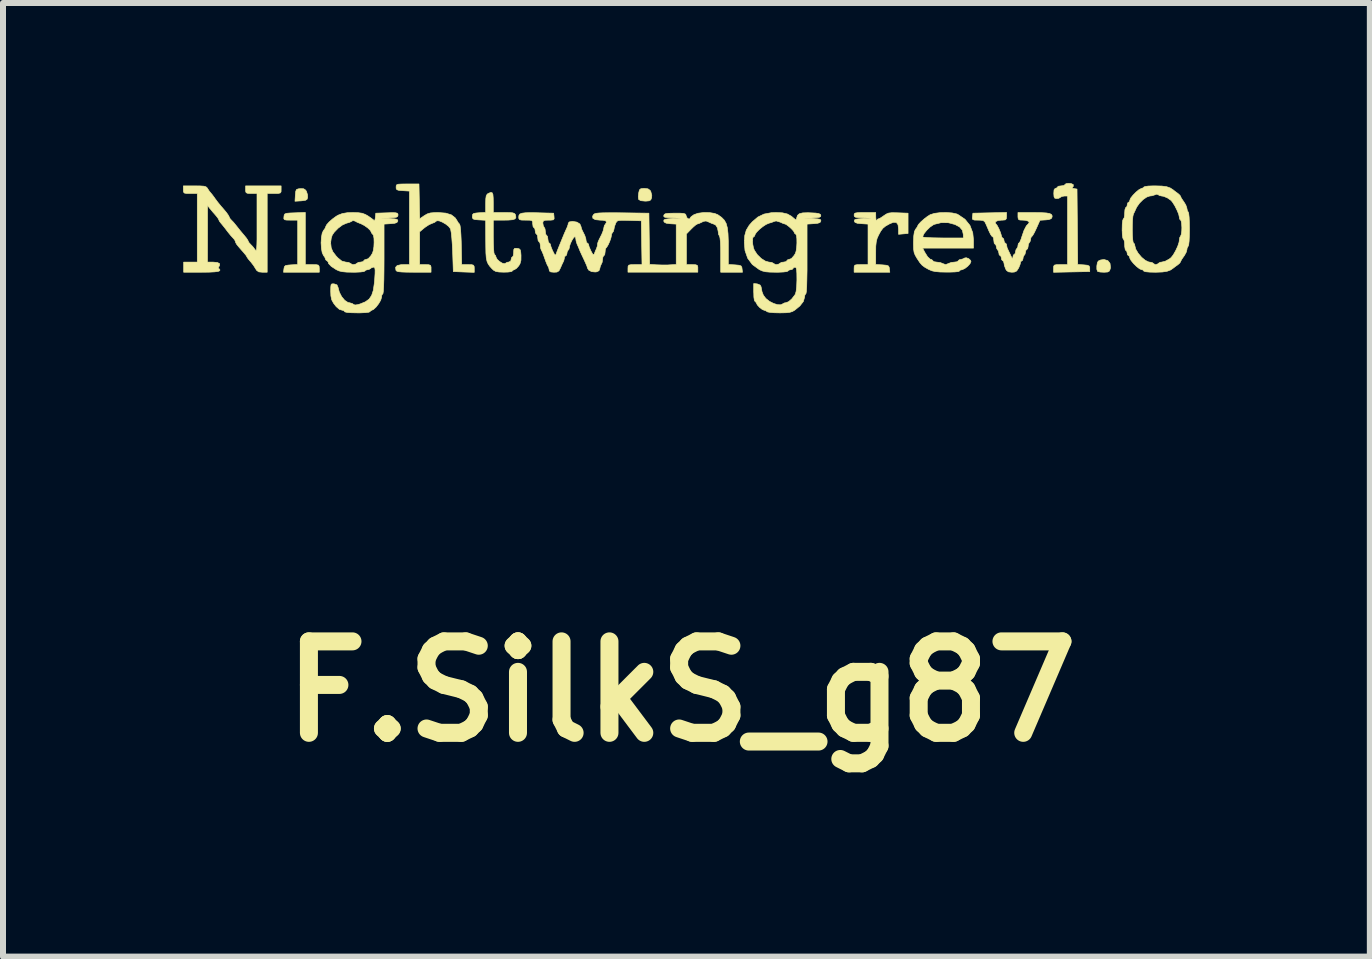
<source format=kicad_pcb>
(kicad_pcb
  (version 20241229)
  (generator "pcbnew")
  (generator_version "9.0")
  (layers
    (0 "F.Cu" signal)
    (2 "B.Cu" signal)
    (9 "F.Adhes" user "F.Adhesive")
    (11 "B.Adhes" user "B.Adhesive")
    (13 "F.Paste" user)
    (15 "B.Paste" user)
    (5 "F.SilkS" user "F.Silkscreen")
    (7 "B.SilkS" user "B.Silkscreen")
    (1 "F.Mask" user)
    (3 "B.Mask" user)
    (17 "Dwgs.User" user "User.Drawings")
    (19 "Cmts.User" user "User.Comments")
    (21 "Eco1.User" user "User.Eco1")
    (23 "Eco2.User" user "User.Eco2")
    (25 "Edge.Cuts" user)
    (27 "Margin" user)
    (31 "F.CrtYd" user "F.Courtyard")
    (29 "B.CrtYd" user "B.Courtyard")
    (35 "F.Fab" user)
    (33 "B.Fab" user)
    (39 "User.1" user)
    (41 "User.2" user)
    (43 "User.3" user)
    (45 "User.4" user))
  (footprint "F.SilkS_g87"
    (layer "F.Cu")
    (at 8.302 8.471)
    (property "Reference" "F.SilkS_g87" (at 0 0 0) (layer "F.SilkS") (effects (font (size 1.524 1.524) (thickness 0.3))))
    (attr through_hole)
    (fp_poly (pts (xy -6.293 -8.376) (xy -6.26 -8.354) (xy -6.246 -8.333) (xy -6.228 -8.275) (xy -6.226 -8.232) (xy -6.236 -8.2) (xy -6.262 -8.184) (xy -6.315 -8.176) (xy -6.335 -8.174) (xy -6.437 -8.168) (xy -6.431 -8.27) (xy -6.425 -8.331) (xy -6.413 -8.362) (xy -6.384 -8.374) (xy -6.349 -8.378) (xy -6.293 -8.376)) (stroke (width 0.01) (type solid)) (fill yes) (layer "F.SilkS"))
    (fp_poly (pts (xy 7.106 -7.179) (xy 7.143 -7.133) (xy 7.151 -7.064) (xy 7.146 -7.039) (xy 7.132 -7.005) (xy 7.104 -6.989) (xy 7.049 -6.985) (xy 7.041 -6.985) (xy 6.982 -6.988) (xy 6.942 -6.996) (xy 6.936 -6.999) (xy 6.923 -7.034) (xy 6.923 -7.089) (xy 6.932 -7.143) (xy 6.947 -7.171) (xy 6.985 -7.189) (xy 7.041 -7.197) (xy 7.043 -7.197) (xy 7.106 -7.179)) (stroke (width 0.01) (type solid)) (fill yes) (layer "F.SilkS"))
    (fp_poly (pts (xy -0.556 -8.375) (xy -0.521 -8.35) (xy -0.509 -8.331) (xy -0.492 -8.268) (xy -0.495 -8.225) (xy -0.509 -8.191) (xy -0.535 -8.175) (xy -0.588 -8.17) (xy -0.604 -8.17) (xy -0.675 -8.177) (xy -0.71 -8.197) (xy -0.712 -8.202) (xy -0.717 -8.244) (xy -0.711 -8.302) (xy -0.71 -8.308) (xy -0.698 -8.357) (xy -0.674 -8.377) (xy -0.625 -8.382) (xy -0.616 -8.382) (xy -0.556 -8.375)) (stroke (width 0.01) (type solid)) (fill yes) (layer "F.SilkS"))
    (fp_poly (pts (xy -6.265 -7.112) (xy -6.149 -7.112) (xy -6.082 -7.111) (xy -6.048 -7.104) (xy -6.035 -7.085) (xy -6.032 -7.049) (xy -6.032 -6.985) (xy -6.628 -6.985) (xy -6.621 -7.043) (xy -6.614 -7.077) (xy -6.595 -7.096) (xy -6.552 -7.104) (xy -6.503 -7.108) (xy -6.392 -7.114) (xy -6.392 -7.853) (xy -6.51 -7.853) (xy -6.577 -7.854) (xy -6.611 -7.86) (xy -6.623 -7.877) (xy -6.621 -7.91) (xy -6.621 -7.911) (xy -6.616 -7.94) (xy -6.604 -7.957) (xy -6.575 -7.967) (xy -6.521 -7.972) (xy -6.44 -7.975) (xy -6.265 -7.982) (xy -6.265 -7.112)) (stroke (width 0.01) (type solid)) (fill yes) (layer "F.SilkS"))
    (fp_poly (pts (xy 6.496 -8.462) (xy 6.528 -8.447) (xy 6.531 -8.443) (xy 6.53 -8.413) (xy 6.519 -8.403) (xy 6.51 -8.388) (xy 6.542 -8.379) (xy 6.542 -8.379) (xy 6.593 -8.371) (xy 6.605 -7.114) (xy 6.705 -7.108) (xy 6.766 -7.102) (xy 6.795 -7.089) (xy 6.805 -7.064) (xy 6.805 -7.048) (xy 6.805 -6.996) (xy 6.503 -6.99) (xy 6.202 -6.984) (xy 6.202 -7.048) (xy 6.204 -7.085) (xy 6.216 -7.104) (xy 6.25 -7.111) (xy 6.316 -7.112) (xy 6.435 -7.112) (xy 6.435 -8.255) (xy 6.383 -8.255) (xy 6.338 -8.247) (xy 6.318 -8.234) (xy 6.289 -8.217) (xy 6.256 -8.213) (xy 6.224 -8.218) (xy 6.21 -8.242) (xy 6.206 -8.297) (xy 6.206 -8.297) (xy 6.21 -8.357) (xy 6.228 -8.381) (xy 6.235 -8.382) (xy 6.262 -8.394) (xy 6.265 -8.403) (xy 6.284 -8.418) (xy 6.328 -8.424) (xy 6.329 -8.424) (xy 6.373 -8.43) (xy 6.392 -8.445) (xy 6.392 -8.445) (xy 6.41 -8.461) (xy 6.45 -8.466) (xy 6.496 -8.462)) (stroke (width 0.01) (type solid)) (fill yes) (layer "F.SilkS"))
    (fp_poly (pts (xy 3.24 -7.9) (xy 3.244 -7.857) (xy 3.25 -7.844) (xy 3.253 -7.848) (xy 3.275 -7.872) (xy 3.284 -7.874) (xy 3.313 -7.886) (xy 3.359 -7.916) (xy 3.375 -7.928) (xy 3.416 -7.955) (xy 3.455 -7.971) (xy 3.507 -7.977) (xy 3.585 -7.976) (xy 3.612 -7.975) (xy 3.778 -7.969) (xy 3.778 -7.631) (xy 3.699 -7.624) (xy 3.619 -7.617) (xy 3.619 -7.701) (xy 3.611 -7.776) (xy 3.583 -7.814) (xy 3.533 -7.817) (xy 3.469 -7.791) (xy 3.403 -7.754) (xy 3.359 -7.718) (xy 3.323 -7.67) (xy 3.286 -7.602) (xy 3.262 -7.548) (xy 3.248 -7.491) (xy 3.24 -7.418) (xy 3.239 -7.315) (xy 3.239 -7.312) (xy 3.239 -7.114) (xy 3.35 -7.108) (xy 3.415 -7.102) (xy 3.449 -7.091) (xy 3.463 -7.069) (xy 3.467 -7.043) (xy 3.474 -6.985) (xy 2.879 -6.985) (xy 2.879 -7.048) (xy 2.881 -7.085) (xy 2.893 -7.104) (xy 2.928 -7.111) (xy 2.993 -7.112) (xy 3.111 -7.112) (xy 3.111 -7.787) (xy 3.001 -7.794) (xy 2.931 -7.801) (xy 2.894 -7.816) (xy 2.883 -7.836) (xy 2.885 -7.856) (xy 2.907 -7.868) (xy 2.956 -7.875) (xy 3.02 -7.879) (xy 3.164 -7.887) (xy 3.022 -7.891) (xy 2.945 -7.895) (xy 2.902 -7.902) (xy 2.883 -7.915) (xy 2.879 -7.938) (xy 2.882 -7.958) (xy 2.898 -7.971) (xy 2.934 -7.977) (xy 2.998 -7.98) (xy 3.059 -7.98) (xy 3.239 -7.98) (xy 3.24 -7.9)) (stroke (width 0.01) (type solid)) (fill yes) (layer "F.SilkS"))
    (fp_poly (pts (xy -4.359 -7.876) (xy -4.283 -7.928) (xy -4.233 -7.957) (xy -4.18 -7.973) (xy -4.109 -7.979) (xy -4.052 -7.98) (xy -3.924 -7.97) (xy -3.831 -7.941) (xy -3.766 -7.89) (xy -3.742 -7.853) (xy -3.715 -7.808) (xy -3.694 -7.785) (xy -3.686 -7.759) (xy -3.678 -7.698) (xy -3.672 -7.608) (xy -3.667 -7.496) (xy -3.666 -7.441) (xy -3.659 -7.112) (xy -3.555 -7.112) (xy -3.492 -7.111) (xy -3.462 -7.102) (xy -3.451 -7.079) (xy -3.45 -7.048) (xy -3.45 -6.983) (xy -3.625 -6.989) (xy -3.799 -6.996) (xy -3.81 -7.324) (xy -3.816 -7.445) (xy -3.824 -7.554) (xy -3.833 -7.641) (xy -3.843 -7.697) (xy -3.847 -7.71) (xy -3.876 -7.748) (xy -3.925 -7.787) (xy -3.982 -7.82) (xy -4.035 -7.841) (xy -4.073 -7.843) (xy -4.082 -7.837) (xy -4.112 -7.815) (xy -4.151 -7.8) (xy -4.202 -7.778) (xy -4.262 -7.739) (xy -4.283 -7.723) (xy -4.36 -7.659) (xy -4.36 -7.112) (xy -4.265 -7.112) (xy -4.207 -7.11) (xy -4.179 -7.1) (xy -4.17 -7.072) (xy -4.17 -7.048) (xy -4.17 -6.985) (xy -4.456 -6.985) (xy -4.575 -6.986) (xy -4.658 -6.989) (xy -4.711 -6.994) (xy -4.741 -7.003) (xy -4.754 -7.016) (xy -4.755 -7.017) (xy -4.761 -7.067) (xy -4.734 -7.097) (xy -4.67 -7.111) (xy -4.636 -7.112) (xy -4.53 -7.112) (xy -4.53 -8.337) (xy -4.641 -8.344) (xy -4.706 -8.349) (xy -4.739 -8.36) (xy -4.751 -8.381) (xy -4.752 -8.403) (xy -4.75 -8.428) (xy -4.74 -8.444) (xy -4.714 -8.452) (xy -4.662 -8.455) (xy -4.578 -8.456) (xy -4.561 -8.456) (xy -4.371 -8.456) (xy -4.359 -7.876)) (stroke (width 0.01) (type solid)) (fill yes) (layer "F.SilkS"))
    (fp_poly (pts (xy -3.153 -8.311) (xy -3.139 -8.282) (xy -3.134 -8.221) (xy -3.133 -8.149) (xy -3.133 -7.98) (xy -2.954 -7.98) (xy -2.866 -7.979) (xy -2.811 -7.975) (xy -2.781 -7.965) (xy -2.766 -7.948) (xy -2.762 -7.938) (xy -2.756 -7.899) (xy -2.77 -7.874) (xy -2.81 -7.86) (xy -2.882 -7.854) (xy -2.954 -7.853) (xy -3.133 -7.853) (xy -3.133 -7.567) (xy -3.131 -7.459) (xy -3.127 -7.37) (xy -3.122 -7.309) (xy -3.114 -7.282) (xy -3.113 -7.281) (xy -3.095 -7.263) (xy -3.087 -7.235) (xy -3.068 -7.2) (xy -3.03 -7.165) (xy -2.985 -7.137) (xy -2.947 -7.127) (xy -2.931 -7.134) (xy -2.902 -7.151) (xy -2.877 -7.154) (xy -2.843 -7.17) (xy -2.836 -7.197) (xy -2.827 -7.231) (xy -2.815 -7.239) (xy -2.801 -7.258) (xy -2.794 -7.304) (xy -2.794 -7.314) (xy -2.791 -7.364) (xy -2.775 -7.384) (xy -2.738 -7.383) (xy -2.736 -7.383) (xy -2.702 -7.376) (xy -2.683 -7.357) (xy -2.675 -7.314) (xy -2.671 -7.265) (xy -2.672 -7.184) (xy -2.688 -7.126) (xy -2.71 -7.09) (xy -2.747 -7.049) (xy -2.781 -7.028) (xy -2.785 -7.027) (xy -2.812 -7.015) (xy -2.815 -7.006) (xy -2.835 -6.995) (xy -2.887 -6.988) (xy -2.958 -6.986) (xy -3.038 -6.989) (xy -3.09 -6.998) (xy -3.126 -7.017) (xy -3.154 -7.043) (xy -3.192 -7.085) (xy -3.219 -7.124) (xy -3.238 -7.168) (xy -3.25 -7.226) (xy -3.256 -7.304) (xy -3.258 -7.411) (xy -3.259 -7.518) (xy -3.26 -7.851) (xy -3.371 -7.857) (xy -3.436 -7.862) (xy -3.469 -7.873) (xy -3.481 -7.894) (xy -3.482 -7.916) (xy -3.478 -7.947) (xy -3.46 -7.964) (xy -3.417 -7.972) (xy -3.371 -7.976) (xy -3.26 -7.982) (xy -3.26 -8.128) (xy -3.258 -8.209) (xy -3.251 -8.257) (xy -3.235 -8.285) (xy -3.219 -8.297) (xy -3.178 -8.314) (xy -3.153 -8.311)) (stroke (width 0.01) (type solid)) (fill yes) (layer "F.SilkS"))
    (fp_poly (pts (xy 4.513 -7.973) (xy 4.59 -7.956) (xy 4.606 -7.949) (xy 4.726 -7.868) (xy 4.809 -7.766) (xy 4.856 -7.642) (xy 4.868 -7.524) (xy 4.868 -7.387) (xy 4.021 -7.387) (xy 4.056 -7.319) (xy 4.104 -7.242) (xy 4.148 -7.202) (xy 4.168 -7.197) (xy 4.19 -7.181) (xy 4.191 -7.176) (xy 4.209 -7.161) (xy 4.254 -7.154) (xy 4.255 -7.154) (xy 4.316 -7.146) (xy 4.361 -7.128) (xy 4.404 -7.112) (xy 4.445 -7.128) (xy 4.497 -7.148) (xy 4.551 -7.154) (xy 4.595 -7.16) (xy 4.614 -7.175) (xy 4.614 -7.176) (xy 4.632 -7.193) (xy 4.652 -7.197) (xy 4.698 -7.209) (xy 4.713 -7.22) (xy 4.746 -7.227) (xy 4.788 -7.212) (xy 4.819 -7.183) (xy 4.826 -7.163) (xy 4.81 -7.127) (xy 4.771 -7.084) (xy 4.723 -7.047) (xy 4.681 -7.028) (xy 4.675 -7.027) (xy 4.642 -7.018) (xy 4.636 -7.006) (xy 4.615 -6.996) (xy 4.558 -6.99) (xy 4.47 -6.987) (xy 4.419 -6.987) (xy 4.311 -6.989) (xy 4.235 -6.996) (xy 4.178 -7.008) (xy 4.13 -7.028) (xy 4.117 -7.034) (xy 4.054 -7.07) (xy 4.012 -7.102) (xy 3.976 -7.143) (xy 3.934 -7.206) (xy 3.926 -7.218) (xy 3.896 -7.27) (xy 3.878 -7.317) (xy 3.87 -7.374) (xy 3.868 -7.453) (xy 3.868 -7.49) (xy 3.872 -7.575) (xy 4.022 -7.575) (xy 4.042 -7.568) (xy 4.097 -7.563) (xy 4.18 -7.559) (xy 4.285 -7.557) (xy 4.36 -7.556) (xy 4.699 -7.556) (xy 4.698 -7.615) (xy 4.683 -7.685) (xy 4.636 -7.74) (xy 4.559 -7.781) (xy 4.446 -7.81) (xy 4.326 -7.811) (xy 4.216 -7.783) (xy 4.197 -7.774) (xy 4.142 -7.736) (xy 4.088 -7.683) (xy 4.044 -7.628) (xy 4.022 -7.582) (xy 4.022 -7.575) (xy 3.872 -7.575) (xy 3.873 -7.592) (xy 3.883 -7.66) (xy 3.901 -7.699) (xy 3.904 -7.703) (xy 3.93 -7.738) (xy 3.937 -7.755) (xy 3.953 -7.783) (xy 3.992 -7.825) (xy 4.046 -7.873) (xy 4.102 -7.916) (xy 4.147 -7.944) (xy 4.217 -7.966) (xy 4.312 -7.978) (xy 4.415 -7.98) (xy 4.513 -7.973)) (stroke (width 0.01) (type solid)) (fill yes) (layer "F.SilkS"))
    (fp_poly (pts (xy -8.015 -8.423) (xy -7.956 -8.419) (xy -7.921 -8.409) (xy -7.902 -8.393) (xy -7.896 -8.384) (xy -7.865 -8.336) (xy -7.847 -8.315) (xy -7.818 -8.28) (xy -7.779 -8.228) (xy -7.769 -8.213) (xy -7.726 -8.155) (xy -7.669 -8.085) (xy -7.626 -8.036) (xy -7.579 -7.98) (xy -7.547 -7.934) (xy -7.535 -7.911) (xy -7.521 -7.881) (xy -7.498 -7.855) (xy -7.461 -7.817) (xy -7.417 -7.763) (xy -7.404 -7.747) (xy -7.352 -7.681) (xy -7.294 -7.612) (xy -7.283 -7.599) (xy -7.244 -7.551) (xy -7.221 -7.515) (xy -7.218 -7.506) (xy -7.204 -7.479) (xy -7.18 -7.453) (xy -7.138 -7.409) (xy -7.106 -7.367) (xy -7.094 -7.352) (xy -7.085 -7.348) (xy -7.079 -7.36) (xy -7.075 -7.393) (xy -7.072 -7.449) (xy -7.07 -7.535) (xy -7.07 -7.654) (xy -7.07 -7.806) (xy -7.07 -8.297) (xy -7.165 -8.297) (xy -7.223 -8.299) (xy -7.251 -8.31) (xy -7.26 -8.337) (xy -7.26 -8.361) (xy -7.26 -8.424) (xy -6.668 -8.424) (xy -6.668 -8.361) (xy -6.669 -8.325) (xy -6.682 -8.306) (xy -6.716 -8.298) (xy -6.782 -8.297) (xy -6.9 -8.297) (xy -6.9 -6.985) (xy -6.981 -6.985) (xy -7.04 -6.991) (xy -7.075 -7.015) (xy -7.093 -7.043) (xy -7.128 -7.099) (xy -7.174 -7.158) (xy -7.181 -7.165) (xy -7.217 -7.208) (xy -7.237 -7.238) (xy -7.239 -7.242) (xy -7.252 -7.265) (xy -7.285 -7.305) (xy -7.297 -7.319) (xy -7.364 -7.395) (xy -7.406 -7.446) (xy -7.426 -7.48) (xy -7.429 -7.496) (xy -7.444 -7.527) (xy -7.468 -7.554) (xy -7.503 -7.592) (xy -7.548 -7.647) (xy -7.568 -7.673) (xy -7.613 -7.732) (xy -7.655 -7.784) (xy -7.668 -7.799) (xy -7.696 -7.835) (xy -7.705 -7.856) (xy -7.718 -7.882) (xy -7.749 -7.923) (xy -7.757 -7.932) (xy -7.806 -7.988) (xy -7.851 -8.043) (xy -7.852 -8.043) (xy -7.894 -8.096) (xy -7.894 -7.625) (xy -7.895 -7.154) (xy -7.801 -7.154) (xy -7.728 -7.147) (xy -7.692 -7.127) (xy -7.695 -7.093) (xy -7.704 -7.081) (xy -7.716 -7.055) (xy -7.702 -7.044) (xy -7.687 -7.023) (xy -7.692 -7.01) (xy -7.716 -6.999) (xy -7.776 -6.991) (xy -7.872 -6.986) (xy -7.999 -6.985) (xy -8.292 -6.985) (xy -8.292 -7.154) (xy -8.065 -7.154) (xy -8.065 -8.297) (xy -8.181 -8.297) (xy -8.247 -8.298) (xy -8.282 -8.305) (xy -8.295 -8.324) (xy -8.297 -8.36) (xy -8.297 -8.424) (xy -8.108 -8.424) (xy -8.015 -8.423)) (stroke (width 0.01) (type solid)) (fill yes) (layer "F.SilkS"))
    (fp_poly (pts (xy 5.419 -7.917) (xy 5.415 -7.876) (xy 5.397 -7.857) (xy 5.352 -7.853) (xy 5.335 -7.853) (xy 5.275 -7.846) (xy 5.238 -7.828) (xy 5.23 -7.805) (xy 5.241 -7.792) (xy 5.264 -7.762) (xy 5.292 -7.709) (xy 5.317 -7.649) (xy 5.332 -7.6) (xy 5.334 -7.588) (xy 5.346 -7.56) (xy 5.355 -7.556) (xy 5.372 -7.539) (xy 5.376 -7.514) (xy 5.385 -7.48) (xy 5.397 -7.472) (xy 5.416 -7.455) (xy 5.419 -7.44) (xy 5.428 -7.394) (xy 5.438 -7.371) (xy 5.459 -7.327) (xy 5.487 -7.268) (xy 5.49 -7.26) (xy 5.512 -7.217) (xy 5.522 -7.211) (xy 5.524 -7.234) (xy 5.532 -7.271) (xy 5.546 -7.281) (xy 5.563 -7.299) (xy 5.567 -7.322) (xy 5.577 -7.363) (xy 5.588 -7.377) (xy 5.606 -7.406) (xy 5.609 -7.431) (xy 5.616 -7.464) (xy 5.626 -7.472) (xy 5.641 -7.49) (xy 5.661 -7.537) (xy 5.672 -7.572) (xy 5.71 -7.683) (xy 5.749 -7.758) (xy 5.78 -7.79) (xy 5.797 -7.814) (xy 5.78 -7.836) (xy 5.734 -7.85) (xy 5.693 -7.853) (xy 5.639 -7.855) (xy 5.615 -7.869) (xy 5.609 -7.904) (xy 5.609 -7.916) (xy 5.609 -7.98) (xy 5.868 -7.98) (xy 5.993 -7.978) (xy 6.081 -7.973) (xy 6.138 -7.963) (xy 6.168 -7.947) (xy 6.179 -7.924) (xy 6.177 -7.903) (xy 6.162 -7.877) (xy 6.122 -7.862) (xy 6.073 -7.857) (xy 5.976 -7.851) (xy 5.915 -7.714) (xy 5.883 -7.647) (xy 5.855 -7.598) (xy 5.838 -7.578) (xy 5.837 -7.578) (xy 5.824 -7.56) (xy 5.821 -7.537) (xy 5.811 -7.496) (xy 5.8 -7.482) (xy 5.783 -7.453) (xy 5.779 -7.418) (xy 5.771 -7.378) (xy 5.757 -7.366) (xy 5.74 -7.348) (xy 5.736 -7.325) (xy 5.726 -7.284) (xy 5.715 -7.271) (xy 5.697 -7.241) (xy 5.694 -7.217) (xy 5.685 -7.183) (xy 5.673 -7.176) (xy 5.653 -7.159) (xy 5.652 -7.147) (xy 5.643 -7.11) (xy 5.621 -7.057) (xy 5.618 -7.052) (xy 5.588 -7.006) (xy 5.549 -6.988) (xy 5.507 -6.985) (xy 5.45 -6.992) (xy 5.417 -7.017) (xy 5.403 -7.042) (xy 5.383 -7.097) (xy 5.376 -7.137) (xy 5.367 -7.169) (xy 5.355 -7.176) (xy 5.338 -7.193) (xy 5.334 -7.218) (xy 5.325 -7.252) (xy 5.313 -7.26) (xy 5.295 -7.278) (xy 5.292 -7.301) (xy 5.282 -7.342) (xy 5.271 -7.355) (xy 5.253 -7.385) (xy 5.249 -7.41) (xy 5.24 -7.443) (xy 5.228 -7.451) (xy 5.213 -7.469) (xy 5.207 -7.513) (xy 5.207 -7.514) (xy 5.201 -7.559) (xy 5.187 -7.578) (xy 5.187 -7.578) (xy 5.172 -7.587) (xy 5.152 -7.617) (xy 5.124 -7.675) (xy 5.085 -7.766) (xy 5.077 -7.784) (xy 5.056 -7.826) (xy 5.029 -7.846) (xy 4.982 -7.852) (xy 4.946 -7.853) (xy 4.885 -7.854) (xy 4.856 -7.863) (xy 4.849 -7.885) (xy 4.851 -7.911) (xy 4.858 -7.969) (xy 5.138 -7.975) (xy 5.419 -7.981) (xy 5.419 -7.917)) (stroke (width 0.01) (type solid)) (fill yes) (layer "F.SilkS"))
    (fp_poly (pts (xy 8.007 -8.421) (xy 8.087 -8.41) (xy 8.147 -8.389) (xy 8.199 -8.355) (xy 8.204 -8.35) (xy 8.24 -8.322) (xy 8.274 -8.298) (xy 8.307 -8.268) (xy 8.319 -8.249) (xy 8.33 -8.222) (xy 8.36 -8.177) (xy 8.371 -8.162) (xy 8.405 -8.107) (xy 8.423 -8.057) (xy 8.424 -8.048) (xy 8.433 -8.006) (xy 8.445 -7.99) (xy 8.454 -7.965) (xy 8.461 -7.903) (xy 8.465 -7.814) (xy 8.467 -7.705) (xy 8.465 -7.593) (xy 8.461 -7.504) (xy 8.454 -7.444) (xy 8.445 -7.419) (xy 8.428 -7.389) (xy 8.424 -7.361) (xy 8.412 -7.317) (xy 8.381 -7.261) (xy 8.371 -7.248) (xy 8.338 -7.2) (xy 8.32 -7.166) (xy 8.319 -7.16) (xy 8.303 -7.136) (xy 8.274 -7.111) (xy 8.229 -7.079) (xy 8.204 -7.059) (xy 8.153 -7.023) (xy 8.094 -7.001) (xy 8.016 -6.989) (xy 7.909 -6.985) (xy 7.895 -6.985) (xy 7.804 -6.987) (xy 7.739 -6.993) (xy 7.707 -7.003) (xy 7.705 -7.006) (xy 7.687 -7.025) (xy 7.67 -7.027) (xy 7.634 -7.043) (xy 7.585 -7.081) (xy 7.534 -7.131) (xy 7.493 -7.182) (xy 7.472 -7.221) (xy 7.472 -7.226) (xy 7.461 -7.256) (xy 7.451 -7.26) (xy 7.433 -7.278) (xy 7.429 -7.303) (xy 7.421 -7.337) (xy 7.408 -7.345) (xy 7.396 -7.364) (xy 7.388 -7.412) (xy 7.387 -7.44) (xy 7.383 -7.497) (xy 7.372 -7.531) (xy 7.366 -7.535) (xy 7.356 -7.555) (xy 7.348 -7.609) (xy 7.345 -7.685) (xy 7.514 -7.685) (xy 7.516 -7.602) (xy 7.521 -7.531) (xy 7.528 -7.485) (xy 7.535 -7.472) (xy 7.552 -7.454) (xy 7.556 -7.429) (xy 7.572 -7.369) (xy 7.613 -7.3) (xy 7.669 -7.234) (xy 7.731 -7.183) (xy 7.788 -7.156) (xy 7.803 -7.154) (xy 7.846 -7.146) (xy 7.863 -7.133) (xy 7.894 -7.113) (xy 7.906 -7.112) (xy 7.941 -7.125) (xy 7.948 -7.133) (xy 7.978 -7.151) (xy 8.003 -7.154) (xy 8.062 -7.168) (xy 8.129 -7.204) (xy 8.161 -7.229) (xy 8.197 -7.275) (xy 8.236 -7.343) (xy 8.271 -7.418) (xy 8.293 -7.485) (xy 8.297 -7.514) (xy 8.304 -7.562) (xy 8.319 -7.588) (xy 8.33 -7.615) (xy 8.338 -7.671) (xy 8.34 -7.727) (xy 8.336 -7.794) (xy 8.328 -7.84) (xy 8.319 -7.853) (xy 8.303 -7.871) (xy 8.297 -7.905) (xy 8.287 -7.952) (xy 8.259 -8.019) (xy 8.223 -8.091) (xy 8.185 -8.151) (xy 8.161 -8.181) (xy 8.099 -8.224) (xy 8.033 -8.251) (xy 8.003 -8.255) (xy 7.962 -8.265) (xy 7.948 -8.276) (xy 7.92 -8.286) (xy 7.895 -8.276) (xy 7.841 -8.259) (xy 7.805 -8.255) (xy 7.755 -8.238) (xy 7.694 -8.196) (xy 7.635 -8.137) (xy 7.589 -8.072) (xy 7.58 -8.054) (xy 7.554 -7.997) (xy 7.533 -7.954) (xy 7.524 -7.917) (xy 7.518 -7.853) (xy 7.515 -7.773) (xy 7.514 -7.685) (xy 7.345 -7.685) (xy 7.345 -7.69) (xy 7.345 -7.705) (xy 7.347 -7.789) (xy 7.354 -7.847) (xy 7.364 -7.873) (xy 7.366 -7.874) (xy 7.379 -7.893) (xy 7.386 -7.941) (xy 7.387 -7.969) (xy 7.391 -8.026) (xy 7.402 -8.06) (xy 7.408 -8.065) (xy 7.426 -8.082) (xy 7.429 -8.107) (xy 7.438 -8.141) (xy 7.451 -8.149) (xy 7.469 -8.166) (xy 7.472 -8.183) (xy 7.487 -8.22) (xy 7.526 -8.269) (xy 7.576 -8.32) (xy 7.626 -8.361) (xy 7.665 -8.381) (xy 7.67 -8.382) (xy 7.7 -8.393) (xy 7.705 -8.403) (xy 7.725 -8.413) (xy 7.78 -8.421) (xy 7.864 -8.424) (xy 7.895 -8.424) (xy 8.007 -8.421)) (stroke (width 0.01) (type solid)) (fill yes) (layer "F.SilkS"))
    (fp_poly (pts (xy 1.685 -7.975) (xy 1.766 -7.956) (xy 1.833 -7.919) (xy 1.884 -7.876) (xy 1.909 -7.857) (xy 1.92 -7.876) (xy 1.922 -7.89) (xy 1.936 -7.933) (xy 1.967 -7.96) (xy 2.022 -7.974) (xy 2.11 -7.977) (xy 2.151 -7.975) (xy 2.237 -7.971) (xy 2.289 -7.963) (xy 2.316 -7.95) (xy 2.324 -7.933) (xy 2.322 -7.914) (xy 2.3 -7.901) (xy 2.251 -7.894) (xy 2.187 -7.89) (xy 2.043 -7.882) (xy 2.187 -7.878) (xy 2.264 -7.875) (xy 2.307 -7.868) (xy 2.324 -7.855) (xy 2.324 -7.837) (xy 2.31 -7.813) (xy 2.27 -7.8) (xy 2.206 -7.794) (xy 2.095 -7.787) (xy 2.095 -7.206) (xy 2.095 -7.017) (xy 2.092 -6.863) (xy 2.089 -6.746) (xy 2.084 -6.668) (xy 2.077 -6.629) (xy 2.074 -6.625) (xy 2.059 -6.607) (xy 2.053 -6.567) (xy 2.033 -6.497) (xy 1.975 -6.423) (xy 1.891 -6.354) (xy 1.852 -6.331) (xy 1.807 -6.317) (xy 1.746 -6.31) (xy 1.656 -6.308) (xy 1.633 -6.308) (xy 1.547 -6.31) (xy 1.478 -6.316) (xy 1.436 -6.324) (xy 1.429 -6.329) (xy 1.398 -6.348) (xy 1.384 -6.35) (xy 1.348 -6.365) (xy 1.304 -6.399) (xy 1.266 -6.441) (xy 1.249 -6.475) (xy 1.249 -6.476) (xy 1.233 -6.497) (xy 1.228 -6.498) (xy 1.217 -6.518) (xy 1.209 -6.57) (xy 1.207 -6.647) (xy 1.206 -6.648) (xy 1.206 -6.797) (xy 1.265 -6.791) (xy 1.314 -6.771) (xy 1.329 -6.742) (xy 1.345 -6.659) (xy 1.367 -6.603) (xy 1.403 -6.555) (xy 1.413 -6.544) (xy 1.47 -6.499) (xy 1.538 -6.465) (xy 1.605 -6.444) (xy 1.657 -6.443) (xy 1.677 -6.452) (xy 1.719 -6.474) (xy 1.741 -6.477) (xy 1.787 -6.494) (xy 1.84 -6.54) (xy 1.89 -6.604) (xy 1.9 -6.621) (xy 1.913 -6.667) (xy 1.922 -6.747) (xy 1.926 -6.853) (xy 1.926 -6.868) (xy 1.925 -6.964) (xy 1.921 -7.025) (xy 1.913 -7.058) (xy 1.899 -7.069) (xy 1.894 -7.07) (xy 1.866 -7.058) (xy 1.863 -7.048) (xy 1.845 -7.031) (xy 1.82 -7.027) (xy 1.786 -7.018) (xy 1.778 -7.006) (xy 1.758 -6.996) (xy 1.702 -6.989) (xy 1.617 -6.985) (xy 1.578 -6.985) (xy 1.474 -6.987) (xy 1.402 -6.993) (xy 1.347 -7.007) (xy 1.299 -7.029) (xy 1.298 -7.03) (xy 1.184 -7.113) (xy 1.106 -7.218) (xy 1.061 -7.347) (xy 1.05 -7.482) (xy 1.052 -7.513) (xy 1.186 -7.513) (xy 1.19 -7.453) (xy 1.202 -7.391) (xy 1.217 -7.352) (xy 1.266 -7.278) (xy 1.331 -7.214) (xy 1.401 -7.17) (xy 1.459 -7.154) (xy 1.508 -7.148) (xy 1.535 -7.133) (xy 1.565 -7.115) (xy 1.587 -7.112) (xy 1.627 -7.122) (xy 1.64 -7.133) (xy 1.67 -7.15) (xy 1.705 -7.154) (xy 1.744 -7.162) (xy 1.757 -7.176) (xy 1.774 -7.194) (xy 1.79 -7.197) (xy 1.834 -7.213) (xy 1.879 -7.264) (xy 1.9 -7.298) (xy 1.913 -7.339) (xy 1.922 -7.402) (xy 1.926 -7.473) (xy 1.925 -7.542) (xy 1.919 -7.594) (xy 1.908 -7.619) (xy 1.905 -7.62) (xy 1.885 -7.636) (xy 1.884 -7.644) (xy 1.869 -7.672) (xy 1.832 -7.712) (xy 1.786 -7.752) (xy 1.745 -7.782) (xy 1.725 -7.789) (xy 1.693 -7.799) (xy 1.645 -7.821) (xy 1.644 -7.821) (xy 1.58 -7.84) (xy 1.549 -7.832) (xy 1.5 -7.813) (xy 1.46 -7.802) (xy 1.413 -7.782) (xy 1.355 -7.744) (xy 1.298 -7.697) (xy 1.252 -7.65) (xy 1.229 -7.614) (xy 1.228 -7.608) (xy 1.216 -7.581) (xy 1.206 -7.578) (xy 1.191 -7.559) (xy 1.186 -7.513) (xy 1.052 -7.513) (xy 1.057 -7.597) (xy 1.082 -7.686) (xy 1.131 -7.767) (xy 1.183 -7.826) (xy 1.276 -7.905) (xy 1.377 -7.954) (xy 1.499 -7.977) (xy 1.577 -7.98) (xy 1.685 -7.975)) (stroke (width 0.01) (type solid)) (fill yes) (layer "F.SilkS"))
    (fp_poly (pts (xy -5.382 -7.977) (xy -5.318 -7.968) (xy -5.265 -7.948) (xy -5.222 -7.924) (xy -5.168 -7.887) (xy -5.128 -7.856) (xy -5.119 -7.846) (xy -5.108 -7.849) (xy -5.099 -7.885) (xy -5.098 -7.897) (xy -5.091 -7.969) (xy -4.905 -7.975) (xy -4.816 -7.978) (xy -4.762 -7.976) (xy -4.733 -7.969) (xy -4.722 -7.956) (xy -4.72 -7.939) (xy -4.725 -7.916) (xy -4.745 -7.903) (xy -4.79 -7.895) (xy -4.863 -7.89) (xy -5.006 -7.882) (xy -4.861 -7.878) (xy -4.785 -7.875) (xy -4.742 -7.868) (xy -4.725 -7.855) (xy -4.724 -7.837) (xy -4.739 -7.813) (xy -4.778 -7.8) (xy -4.842 -7.794) (xy -4.953 -7.787) (xy -4.953 -7.206) (xy -4.954 -7.017) (xy -4.956 -6.863) (xy -4.96 -6.746) (xy -4.965 -6.668) (xy -4.971 -6.629) (xy -4.974 -6.625) (xy -4.989 -6.607) (xy -4.995 -6.566) (xy -5.009 -6.519) (xy -5.042 -6.462) (xy -5.085 -6.406) (xy -5.129 -6.365) (xy -5.162 -6.35) (xy -5.185 -6.335) (xy -5.186 -6.329) (xy -5.206 -6.319) (xy -5.262 -6.312) (xy -5.349 -6.308) (xy -5.397 -6.308) (xy -5.496 -6.31) (xy -5.567 -6.315) (xy -5.605 -6.324) (xy -5.609 -6.329) (xy -5.627 -6.347) (xy -5.646 -6.351) (xy -5.697 -6.366) (xy -5.751 -6.413) (xy -5.795 -6.47) (xy -5.825 -6.525) (xy -5.839 -6.592) (xy -5.842 -6.667) (xy -5.841 -6.738) (xy -5.836 -6.777) (xy -5.822 -6.791) (xy -5.794 -6.792) (xy -5.784 -6.791) (xy -5.738 -6.775) (xy -5.72 -6.735) (xy -5.719 -6.731) (xy -5.698 -6.653) (xy -5.659 -6.578) (xy -5.608 -6.517) (xy -5.555 -6.482) (xy -5.53 -6.477) (xy -5.483 -6.464) (xy -5.466 -6.452) (xy -5.438 -6.439) (xy -5.391 -6.445) (xy -5.351 -6.457) (xy -5.265 -6.492) (xy -5.202 -6.537) (xy -5.16 -6.599) (xy -5.132 -6.684) (xy -5.115 -6.802) (xy -5.109 -6.866) (xy -5.103 -6.961) (xy -5.102 -7.021) (xy -5.107 -7.054) (xy -5.118 -7.068) (xy -5.129 -7.07) (xy -5.166 -7.058) (xy -5.175 -7.048) (xy -5.205 -7.031) (xy -5.229 -7.027) (xy -5.263 -7.018) (xy -5.271 -7.006) (xy -5.291 -6.996) (xy -5.346 -6.989) (xy -5.431 -6.985) (xy -5.471 -6.985) (xy -5.575 -6.987) (xy -5.648 -6.994) (xy -5.703 -7.007) (xy -5.749 -7.028) (xy -5.833 -7.083) (xy -5.878 -7.13) (xy -5.884 -7.153) (xy -5.9 -7.175) (xy -5.905 -7.176) (xy -5.925 -7.192) (xy -5.927 -7.2) (xy -5.94 -7.234) (xy -5.962 -7.264) (xy -5.984 -7.312) (xy -5.997 -7.387) (xy -6.002 -7.472) (xy -5.842 -7.472) (xy -5.834 -7.395) (xy -5.807 -7.328) (xy -5.753 -7.257) (xy -5.722 -7.224) (xy -5.657 -7.171) (xy -5.592 -7.154) (xy -5.591 -7.154) (xy -5.542 -7.148) (xy -5.514 -7.133) (xy -5.484 -7.115) (xy -5.461 -7.112) (xy -5.421 -7.122) (xy -5.408 -7.133) (xy -5.379 -7.15) (xy -5.343 -7.154) (xy -5.304 -7.162) (xy -5.292 -7.176) (xy -5.274 -7.194) (xy -5.258 -7.197) (xy -5.216 -7.211) (xy -5.173 -7.259) (xy -5.147 -7.301) (xy -5.132 -7.347) (xy -5.122 -7.412) (xy -5.119 -7.485) (xy -5.121 -7.552) (xy -5.13 -7.6) (xy -5.141 -7.616) (xy -5.163 -7.641) (xy -5.165 -7.651) (xy -5.182 -7.682) (xy -5.224 -7.723) (xy -5.28 -7.763) (xy -5.338 -7.793) (xy -5.355 -7.799) (xy -5.406 -7.82) (xy -5.435 -7.837) (xy -5.472 -7.846) (xy -5.487 -7.837) (xy -5.526 -7.817) (xy -5.582 -7.801) (xy -5.647 -7.772) (xy -5.718 -7.719) (xy -5.783 -7.652) (xy -5.816 -7.604) (xy -5.833 -7.552) (xy -5.842 -7.484) (xy -5.842 -7.472) (xy -6.002 -7.472) (xy -6.002 -7.475) (xy -5.997 -7.562) (xy -5.984 -7.635) (xy -5.964 -7.678) (xy -5.936 -7.716) (xy -5.927 -7.74) (xy -5.91 -7.775) (xy -5.869 -7.822) (xy -5.811 -7.873) (xy -5.748 -7.919) (xy -5.716 -7.937) (xy -5.648 -7.963) (xy -5.565 -7.977) (xy -5.472 -7.98) (xy -5.382 -7.977)) (stroke (width 0.01) (type solid)) (fill yes) (layer "F.SilkS"))
    (fp_poly (pts (xy 0.468 -7.979) (xy 0.555 -7.965) (xy 0.609 -7.943) (xy 0.671 -7.899) (xy 0.716 -7.853) (xy 0.747 -7.798) (xy 0.767 -7.725) (xy 0.778 -7.629) (xy 0.783 -7.502) (xy 0.783 -7.417) (xy 0.783 -7.114) (xy 0.894 -7.108) (xy 0.959 -7.102) (xy 0.994 -7.091) (xy 1.008 -7.069) (xy 1.012 -7.043) (xy 1.019 -6.985) (xy 0.656 -6.985) (xy 0.656 -7.28) (xy 0.655 -7.398) (xy 0.651 -7.492) (xy 0.644 -7.558) (xy 0.636 -7.587) (xy 0.635 -7.588) (xy 0.62 -7.617) (xy 0.614 -7.665) (xy 0.602 -7.724) (xy 0.573 -7.771) (xy 0.536 -7.789) (xy 0.506 -7.799) (xy 0.46 -7.82) (xy 0.412 -7.839) (xy 0.371 -7.833) (xy 0.344 -7.82) (xy 0.297 -7.798) (xy 0.267 -7.789) (xy 0.242 -7.775) (xy 0.2 -7.739) (xy 0.166 -7.706) (xy 0.085 -7.623) (xy 0.085 -7.112) (xy 0.18 -7.112) (xy 0.238 -7.11) (xy 0.266 -7.1) (xy 0.275 -7.073) (xy 0.275 -7.049) (xy 0.275 -6.986) (xy -0.889 -6.986) (xy -0.889 -7.049) (xy -0.887 -7.085) (xy -0.874 -7.104) (xy -0.84 -7.111) (xy -0.774 -7.112) (xy -0.655 -7.112) (xy -0.661 -7.477) (xy -0.667 -7.842) (xy -0.868 -7.848) (xy -0.961 -7.85) (xy -1.021 -7.849) (xy -1.057 -7.843) (xy -1.077 -7.829) (xy -1.091 -7.806) (xy -1.095 -7.796) (xy -1.115 -7.742) (xy -1.122 -7.702) (xy -1.133 -7.663) (xy -1.143 -7.652) (xy -1.161 -7.622) (xy -1.164 -7.598) (xy -1.173 -7.556) (xy -1.193 -7.498) (xy -1.219 -7.441) (xy -1.244 -7.4) (xy -1.254 -7.391) (xy -1.266 -7.367) (xy -1.27 -7.322) (xy -1.276 -7.278) (xy -1.291 -7.26) (xy -1.306 -7.242) (xy -1.312 -7.201) (xy -1.319 -7.15) (xy -1.332 -7.122) (xy -1.349 -7.086) (xy -1.358 -7.048) (xy -1.372 -7.01) (xy -1.41 -6.992) (xy -1.434 -6.989) (xy -1.495 -6.995) (xy -1.544 -7.021) (xy -1.566 -7.058) (xy -1.566 -7.063) (xy -1.574 -7.09) (xy -1.597 -7.142) (xy -1.622 -7.197) (xy -1.656 -7.269) (xy -1.686 -7.334) (xy -1.699 -7.366) (xy -1.722 -7.421) (xy -1.738 -7.456) (xy -1.754 -7.509) (xy -1.757 -7.535) (xy -1.763 -7.57) (xy -1.773 -7.578) (xy -1.795 -7.56) (xy -1.822 -7.517) (xy -1.847 -7.465) (xy -1.862 -7.419) (xy -1.863 -7.408) (xy -1.873 -7.368) (xy -1.884 -7.355) (xy -1.902 -7.326) (xy -1.905 -7.301) (xy -1.914 -7.268) (xy -1.926 -7.26) (xy -1.945 -7.243) (xy -1.947 -7.228) (xy -1.957 -7.182) (xy -1.967 -7.159) (xy -1.989 -7.114) (xy -2.014 -7.056) (xy -2.015 -7.054) (xy -2.039 -7.008) (xy -2.072 -6.988) (xy -2.122 -6.985) (xy -2.176 -6.99) (xy -2.199 -7.007) (xy -2.201 -7.023) (xy -2.211 -7.067) (xy -2.22 -7.081) (xy -2.236 -7.111) (xy -2.259 -7.168) (xy -2.277 -7.218) (xy -2.301 -7.285) (xy -2.322 -7.335) (xy -2.333 -7.354) (xy -2.345 -7.389) (xy -2.349 -7.434) (xy -2.356 -7.476) (xy -2.371 -7.493) (xy -2.386 -7.511) (xy -2.392 -7.556) (xy -2.392 -7.556) (xy -2.398 -7.601) (xy -2.413 -7.62) (xy -2.413 -7.62) (xy -2.429 -7.638) (xy -2.434 -7.673) (xy -2.441 -7.713) (xy -2.455 -7.726) (xy -2.47 -7.744) (xy -2.476 -7.789) (xy -2.477 -7.789) (xy -2.478 -7.826) (xy -2.491 -7.845) (xy -2.525 -7.852) (xy -2.591 -7.853) (xy -2.593 -7.853) (xy -2.66 -7.854) (xy -2.694 -7.861) (xy -2.707 -7.879) (xy -2.709 -7.905) (xy -2.705 -7.935) (xy -2.689 -7.956) (xy -2.654 -7.969) (xy -2.595 -7.976) (xy -2.507 -7.978) (xy -2.382 -7.976) (xy -2.371 -7.975) (xy -2.127 -7.969) (xy -2.121 -7.911) (xy -2.119 -7.875) (xy -2.133 -7.858) (xy -2.173 -7.853) (xy -2.211 -7.853) (xy -2.27 -7.851) (xy -2.298 -7.84) (xy -2.307 -7.815) (xy -2.307 -7.801) (xy -2.299 -7.756) (xy -2.286 -7.736) (xy -2.271 -7.708) (xy -2.265 -7.661) (xy -2.259 -7.617) (xy -2.244 -7.599) (xy -2.229 -7.58) (xy -2.223 -7.536) (xy -2.223 -7.535) (xy -2.216 -7.491) (xy -2.202 -7.472) (xy -2.201 -7.472) (xy -2.182 -7.455) (xy -2.18 -7.444) (xy -2.171 -7.409) (xy -2.149 -7.354) (xy -2.139 -7.333) (xy -2.114 -7.284) (xy -2.098 -7.27) (xy -2.087 -7.285) (xy -2.085 -7.292) (xy -2.075 -7.32) (xy -2.063 -7.352) (xy -2.045 -7.397) (xy -2.018 -7.463) (xy -1.98 -7.556) (xy -1.949 -7.631) (xy -1.921 -7.694) (xy -1.904 -7.731) (xy -1.887 -7.778) (xy -1.884 -7.8) (xy -1.868 -7.823) (xy -1.819 -7.832) (xy -1.808 -7.832) (xy -1.739 -7.82) (xy -1.69 -7.789) (xy -1.672 -7.748) (xy -1.663 -7.712) (xy -1.651 -7.683) (xy -1.623 -7.627) (xy -1.609 -7.599) (xy -1.591 -7.545) (xy -1.587 -7.514) (xy -1.579 -7.48) (xy -1.566 -7.472) (xy -1.547 -7.455) (xy -1.545 -7.445) (xy -1.536 -7.41) (xy -1.513 -7.356) (xy -1.503 -7.335) (xy -1.477 -7.288) (xy -1.461 -7.274) (xy -1.45 -7.291) (xy -1.449 -7.294) (xy -1.428 -7.349) (xy -1.417 -7.371) (xy -1.4 -7.419) (xy -1.397 -7.44) (xy -1.395 -7.462) (xy -1.388 -7.488) (xy -1.37 -7.529) (xy -1.337 -7.595) (xy -1.326 -7.616) (xy -1.303 -7.674) (xy -1.291 -7.722) (xy -1.291 -7.726) (xy -1.281 -7.766) (xy -1.27 -7.779) (xy -1.251 -7.809) (xy -1.249 -7.822) (xy -1.261 -7.842) (xy -1.304 -7.851) (xy -1.355 -7.853) (xy -1.433 -7.861) (xy -1.474 -7.884) (xy -1.478 -7.92) (xy -1.46 -7.949) (xy -1.445 -7.959) (xy -1.418 -7.967) (xy -1.372 -7.972) (xy -1.303 -7.975) (xy -1.204 -7.976) (xy -1.072 -7.976) (xy -0.987 -7.975) (xy -0.54 -7.969) (xy -0.528 -7.116) (xy -0.418 -7.109) (xy -0.325 -7.106) (xy -0.226 -7.106) (xy -0.196 -7.108) (xy -0.085 -7.114) (xy -0.085 -7.787) (xy -0.185 -7.793) (xy -0.252 -7.802) (xy -0.285 -7.82) (xy -0.292 -7.836) (xy -0.29 -7.856) (xy -0.268 -7.868) (xy -0.219 -7.875) (xy -0.155 -7.879) (xy -0.011 -7.887) (xy -0.155 -7.891) (xy -0.232 -7.895) (xy -0.275 -7.901) (xy -0.292 -7.914) (xy -0.292 -7.932) (xy -0.283 -7.95) (xy -0.259 -7.962) (xy -0.212 -7.967) (xy -0.132 -7.969) (xy -0.106 -7.969) (xy -0.018 -7.969) (xy 0.036 -7.965) (xy 0.064 -7.956) (xy 0.077 -7.94) (xy 0.081 -7.922) (xy 0.096 -7.89) (xy 0.122 -7.873) (xy 0.144 -7.876) (xy 0.148 -7.891) (xy 0.165 -7.912) (xy 0.205 -7.94) (xy 0.21 -7.944) (xy 0.279 -7.968) (xy 0.37 -7.98) (xy 0.468 -7.979)) (stroke (width 0.01) (type solid)) (fill yes) (layer "F.SilkS")))
  (gr_rect
    (start -3 -3)
    (end 19.774 12.889)
    (stroke (width 0.1) (type default))
    (fill no)
    (layer "Edge.Cuts")))
</source>
